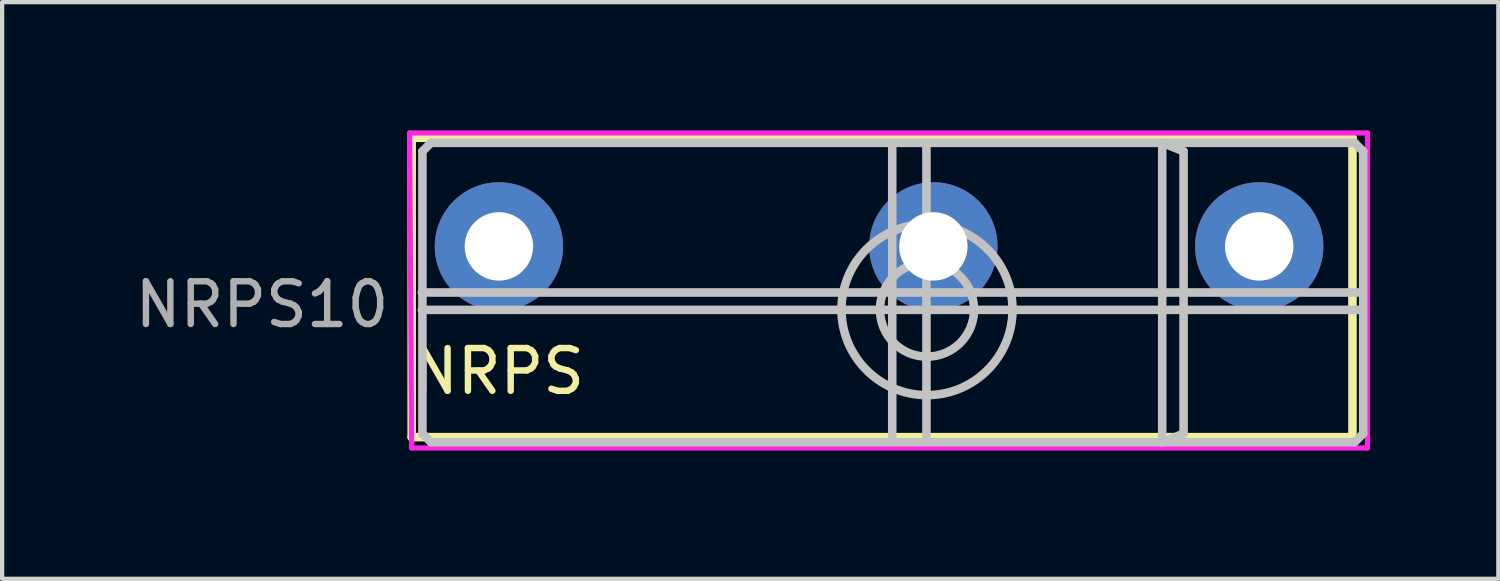
<source format=kicad_pcb>
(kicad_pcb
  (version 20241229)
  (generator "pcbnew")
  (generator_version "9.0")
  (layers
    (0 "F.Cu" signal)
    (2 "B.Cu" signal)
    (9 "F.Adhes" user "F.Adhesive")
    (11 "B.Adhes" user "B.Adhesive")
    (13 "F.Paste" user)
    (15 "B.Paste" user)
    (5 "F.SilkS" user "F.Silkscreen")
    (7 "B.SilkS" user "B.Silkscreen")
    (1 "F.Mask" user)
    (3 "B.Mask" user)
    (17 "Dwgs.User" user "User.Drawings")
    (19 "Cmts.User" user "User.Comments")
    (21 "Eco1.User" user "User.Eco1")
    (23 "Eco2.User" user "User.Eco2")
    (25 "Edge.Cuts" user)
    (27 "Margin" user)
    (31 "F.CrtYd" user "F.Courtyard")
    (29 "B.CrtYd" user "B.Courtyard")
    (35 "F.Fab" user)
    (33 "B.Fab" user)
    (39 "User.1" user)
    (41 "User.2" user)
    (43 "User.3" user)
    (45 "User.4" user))
  (footprint "NRPS10"
    (layer "F.Cu")
    (at 6.577 7.172)
    (property "Reference" "NRPS10" (at -3.5 -3.1 0) (layer "F.Fab") (effects (font (size 1 1) (thickness 0.15))))
    (attr through_hole)
    (fp_line (start 0 -7) (end 0 0) (stroke (width 0.2) (type solid)) (layer "F.SilkS"))
    (fp_line (start 0 -7) (end 22 -7) (stroke (width 0.2) (type solid)) (layer "F.SilkS"))
    (fp_line (start 0 0) (end 22 0) (stroke (width 0.2) (type solid)) (layer "F.SilkS"))
    (fp_line (start 22 -7) (end 22 0) (stroke (width 0.2) (type solid)) (layer "F.SilkS"))
    (fp_line (start 0.238 -3.382) (end 22.238 -3.382) (stroke (width 0.2) (type solid)) (layer "Dwgs.User"))
    (fp_line (start 0.238 -2.976) (end 22.238 -2.976) (stroke (width 0.2) (type solid)) (layer "Dwgs.User"))
    (fp_line (start 0.251 -0.082) (end 0.451 0.118) (stroke (width 0.2) (type solid)) (layer "Dwgs.User"))
    (fp_line (start 0.251 -6.682) (end 0.251 -0.082) (stroke (width 0.2) (type solid)) (layer "Dwgs.User"))
    (fp_line (start 0.451 -6.882) (end 22.051 -6.882) (stroke (width 0.2) (type solid)) (layer "Dwgs.User"))
    (fp_line (start 0.451 0.118) (end 22.051 0.118) (stroke (width 0.2) (type solid)) (layer "Dwgs.User"))
    (fp_line (start 0.451 -6.882) (end 0.251 -6.682) (stroke (width 0.2) (type solid)) (layer "Dwgs.User"))
    (fp_line (start 11.238 -6.876) (end 11.238 0.024) (stroke (width 0.2) (type solid)) (layer "Dwgs.User"))
    (fp_line (start 12.038 -6.876) (end 12.038 0.024) (stroke (width 0.2) (type solid)) (layer "Dwgs.User"))
    (fp_line (start 17.551 -6.882) (end 17.551 0.118) (stroke (width 0.2) (type solid)) (layer "Dwgs.User"))
    (fp_line (start 17.551 -6.882) (end 18.051 -6.682) (stroke (width 0.2) (type solid)) (layer "Dwgs.User"))
    (fp_line (start 18.051 -6.682) (end 18.051 -0.082) (stroke (width 0.2) (type solid)) (layer "Dwgs.User"))
    (fp_line (start 18.051 -0.082) (end 17.551 0.118) (stroke (width 0.2) (type solid)) (layer "Dwgs.User"))
    (fp_line (start 22.051 -6.882) (end 22.251 -6.682) (stroke (width 0.2) (type solid)) (layer "Dwgs.User"))
    (fp_line (start 22.251 -0.082) (end 22.051 0.118) (stroke (width 0.2) (type solid)) (layer "Dwgs.User"))
    (fp_line (start 22.251 -6.682) (end 22.251 -0.082) (stroke (width 0.2) (type solid)) (layer "Dwgs.User"))
    (fp_circle (center 12.051 -2.982) (end 13.151 -2.982) (stroke (width 0.2) (type solid)) (fill no) (layer "Dwgs.User"))
    (fp_circle (center 12.051 -2.982) (end 14.051 -2.982) (stroke (width 0.2) (type solid)) (fill no) (layer "Dwgs.User"))
    (fp_line (start -0.048 -7.112) (end 0 0.254) (stroke (width 0.12) (type solid)) (layer "F.CrtYd"))
    (fp_line (start -0.048 -7.112) (end 22.352 -7.112) (stroke (width 0.12) (type solid)) (layer "F.CrtYd"))
    (fp_line (start 0 0.254) (end 22.352 0.254) (stroke (width 0.12) (type solid)) (layer "F.CrtYd"))
    (fp_line (start 22.352 0.254) (end 22.352 -7.112) (stroke (width 0.12) (type solid)) (layer "F.CrtYd"))
    (fp_text user "NRPS" (at 2.03 -1.538 0) (layer "F.SilkS") (effects (font (size 1 1) (thickness 0.15))))
    (pad "1" thru_hole circle (at 19.82 -4.46) (size 3 3) (drill 1.6) (layers "*.Cu" "*.Mask"))
    (pad "2" thru_hole circle (at 12.2 -4.46) (size 3 3) (drill 1.6) (layers "*.Cu" "*.Mask"))
    (pad "3" thru_hole circle (at 2.04 -4.46) (size 3 3) (drill 1.6) (layers "*.Cu" "*.Mask")))
  (gr_rect
    (start -3 -3)
    (end 31.989 10.486)
    (stroke (width 0.1) (type default))
    (fill no)
    (layer "Edge.Cuts")))
</source>
